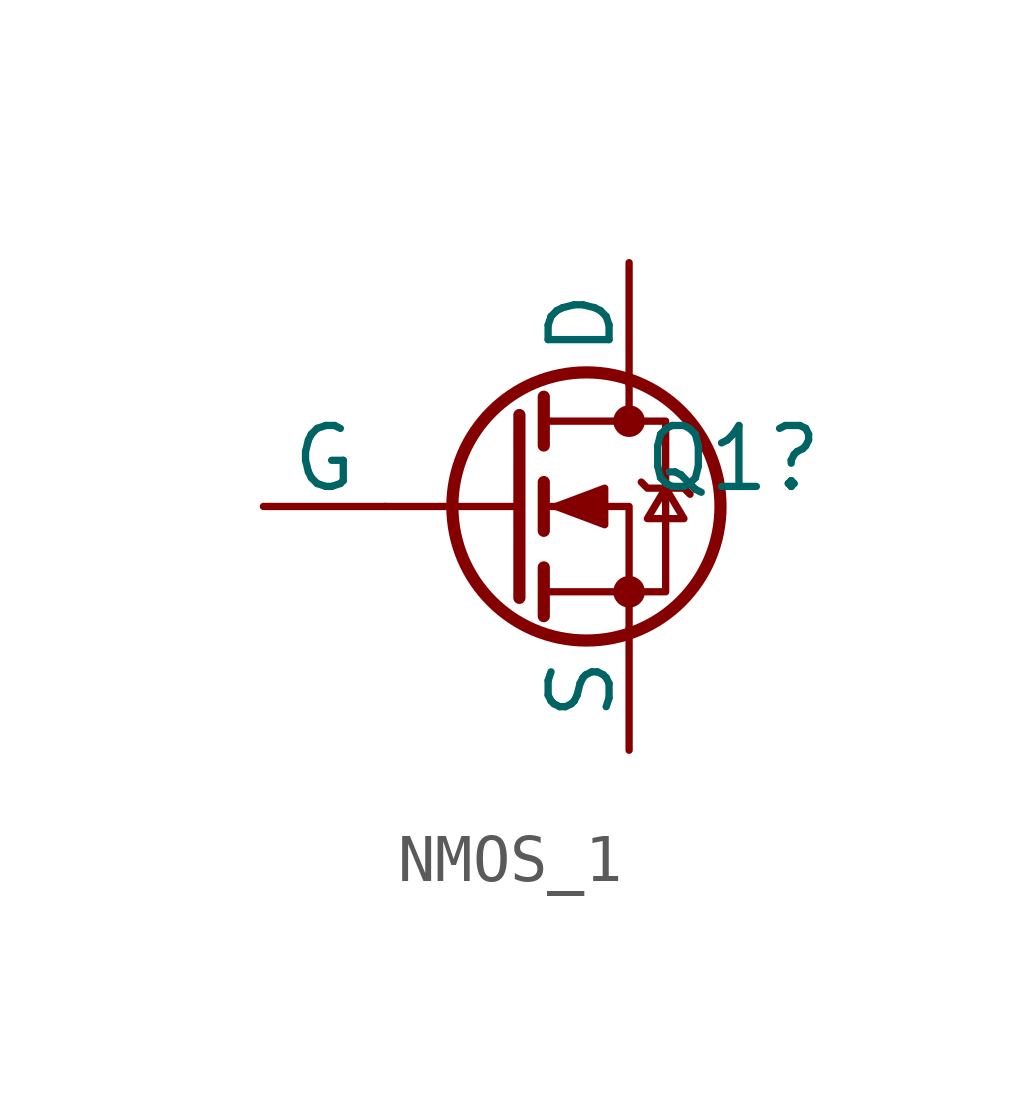
<source format=kicad_sym>
(kicad_symbol_lib
  (version 20231120)
  (generator "kicad_symbol_editor")
  (generator_version "8.0")
  (symbol "NMOS_1"
    (pin_numbers hide)
    (pin_names
      (offset 0))
    (property "Reference" "Q1"
      (at 2.794 0.254 0)
      (effects (font (size 1.27 1.27)) (justify left bottom)))
    (symbol "NMOS_1_0_1"
      (polyline (pts (xy 0.254 0) (xy -2.54 0)) (stroke (width 0) (type default)) (fill (type none)))
      (polyline (pts (xy 0.254 1.905) (xy 0.254 -1.905)) (stroke (width 0.254) (type default)) (fill (type none)))
      (polyline (pts (xy 0.762 -1.27) (xy 0.762 -2.286)) (stroke (width 0.254) (type default)) (fill (type none)))
      (polyline (pts (xy 0.762 0.508) (xy 0.762 -0.508)) (stroke (width 0.254) (type default)) (fill (type none)))
      (polyline (pts (xy 0.762 2.286) (xy 0.762 1.27)) (stroke (width 0.254) (type default)) (fill (type none)))
      (polyline (pts (xy 2.54 2.54) (xy 2.54 1.778)) (stroke (width 0) (type default)) (fill (type none)))
      (polyline (pts (xy 2.54 -2.54) (xy 2.54 0) (xy 0.762 0)) (stroke (width 0) (type default)) (fill (type none)))
      (polyline (pts (xy 0.762 -1.778) (xy 3.302 -1.778) (xy 3.302 1.778) (xy 0.762 1.778)) (stroke (width 0) (type default)) (fill (type none)))
      (polyline (pts (xy 1.016 0) (xy 2.032 0.381) (xy 2.032 -0.381) (xy 1.016 0)) (stroke (width 0) (type default)) (fill (type outline)))
      (polyline (pts (xy 2.794 0.508) (xy 2.921 0.381) (xy 3.683 0.381) (xy 3.81 0.254)) (stroke (width 0) (type default)) (fill (type none)))
      (polyline (pts (xy 3.302 0.381) (xy 2.921 -0.254) (xy 3.683 -0.254) (xy 3.302 0.381)) (stroke (width 0) (type default)) (fill (type none)))
      (circle (center 1.651 0) (radius 2.794) (stroke (width 0.254) (type default)) (fill (type none)))
      (circle (center 2.54 -1.778) (radius 0.254) (stroke (width 0) (type default)) (fill (type outline)))
      (circle (center 2.54 1.778) (radius 0.254) (stroke (width 0) (type default)) (fill (type outline))))
    (symbol "NMOS_1_1_1"
      (pin passive line (at 2.54 -5.08 90) (length 2.54) (name "S" (effects (font (size 1.27 1.27)))) (number "1" (effects (font (size 1.27 1.27)))))
      (pin input line (at -5.08 0 0) (length 2.54) (name "G" (effects (font (size 1.27 1.27)))) (number "4" (effects (font (size 1.27 1.27)))))
      (pin passive line (at 2.54 5.08 270) (length 2.54) (name "D" (effects (font (size 1.27 1.27)))) (number "5" (effects (font (size 1.27 1.27))))))))
</source>
